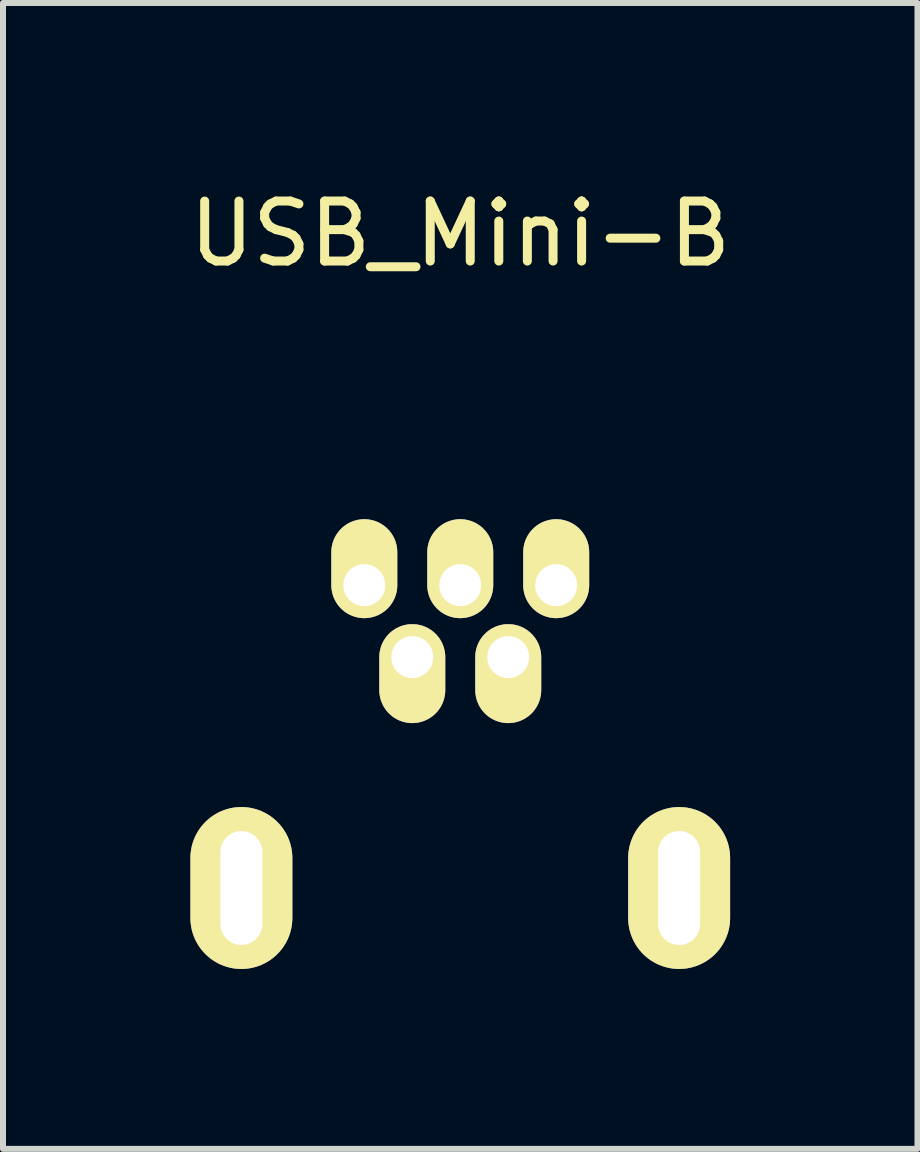
<source format=kicad_pcb>
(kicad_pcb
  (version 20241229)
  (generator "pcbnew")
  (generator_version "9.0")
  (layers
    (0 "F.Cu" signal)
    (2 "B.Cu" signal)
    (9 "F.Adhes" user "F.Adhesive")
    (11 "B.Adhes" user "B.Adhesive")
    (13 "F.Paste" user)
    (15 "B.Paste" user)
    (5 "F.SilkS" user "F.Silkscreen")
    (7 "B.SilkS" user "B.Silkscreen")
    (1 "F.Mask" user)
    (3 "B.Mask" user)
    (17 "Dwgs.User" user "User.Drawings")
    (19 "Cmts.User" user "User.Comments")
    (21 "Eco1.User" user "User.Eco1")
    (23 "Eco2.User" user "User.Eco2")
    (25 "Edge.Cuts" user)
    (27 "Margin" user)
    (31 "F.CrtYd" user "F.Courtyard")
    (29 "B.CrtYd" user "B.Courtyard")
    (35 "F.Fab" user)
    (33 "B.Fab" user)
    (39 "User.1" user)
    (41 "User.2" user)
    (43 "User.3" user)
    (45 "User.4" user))
  (footprint "USB_Mini-B"
    (layer "F.Cu")
    (at 4.625 11.008)
    (property "Reference" "USB_Mini-B" (at 0 -10.16 0) (layer "F.SilkS") (effects (font (size 1 1) (thickness 0.15))))
    (attr through_hole)
    (pad "1" thru_hole oval (at -1.6 -4.3) (size 1.1 1.65) (drill 0.7 (offset 0 -0.275)) (layers "*.Cu" "*.Mask" "F.SilkS"))
    (pad "2" thru_hole oval (at -0.8 -3.1) (size 1.1 1.65) (drill 0.7 (offset 0 0.275)) (layers "*.Cu" "*.Mask" "F.SilkS"))
    (pad "3" thru_hole oval (at 0 -4.3) (size 1.1 1.65) (drill 0.7 (offset 0 -0.275)) (layers "*.Cu" "*.Mask" "F.SilkS"))
    (pad "4" thru_hole oval (at 0.8 -3.1) (size 1.1 1.65) (drill 0.7 (offset 0 0.275)) (layers "*.Cu" "*.Mask" "F.SilkS"))
    (pad "5" thru_hole oval (at 1.6 -4.3) (size 1.1 1.65) (drill 0.7 (offset 0 -0.275)) (layers "*.Cu" "*.Mask" "F.SilkS"))
    (pad "6" thru_hole oval (at -3.65 0.75) (size 1.7 2.7) (drill oval 0.7 1.9) (layers "*.Cu" "*.Mask" "F.SilkS"))
    (pad "7" thru_hole oval (at 3.65 0.75) (size 1.7 2.7) (drill oval 0.7 1.9) (layers "*.Cu" "*.Mask" "F.SilkS")))
  (gr_rect
    (start -3 -3)
    (end 12.25 16.108)
    (stroke (width 0.1) (type default))
    (fill no)
    (layer "Edge.Cuts")))
</source>
